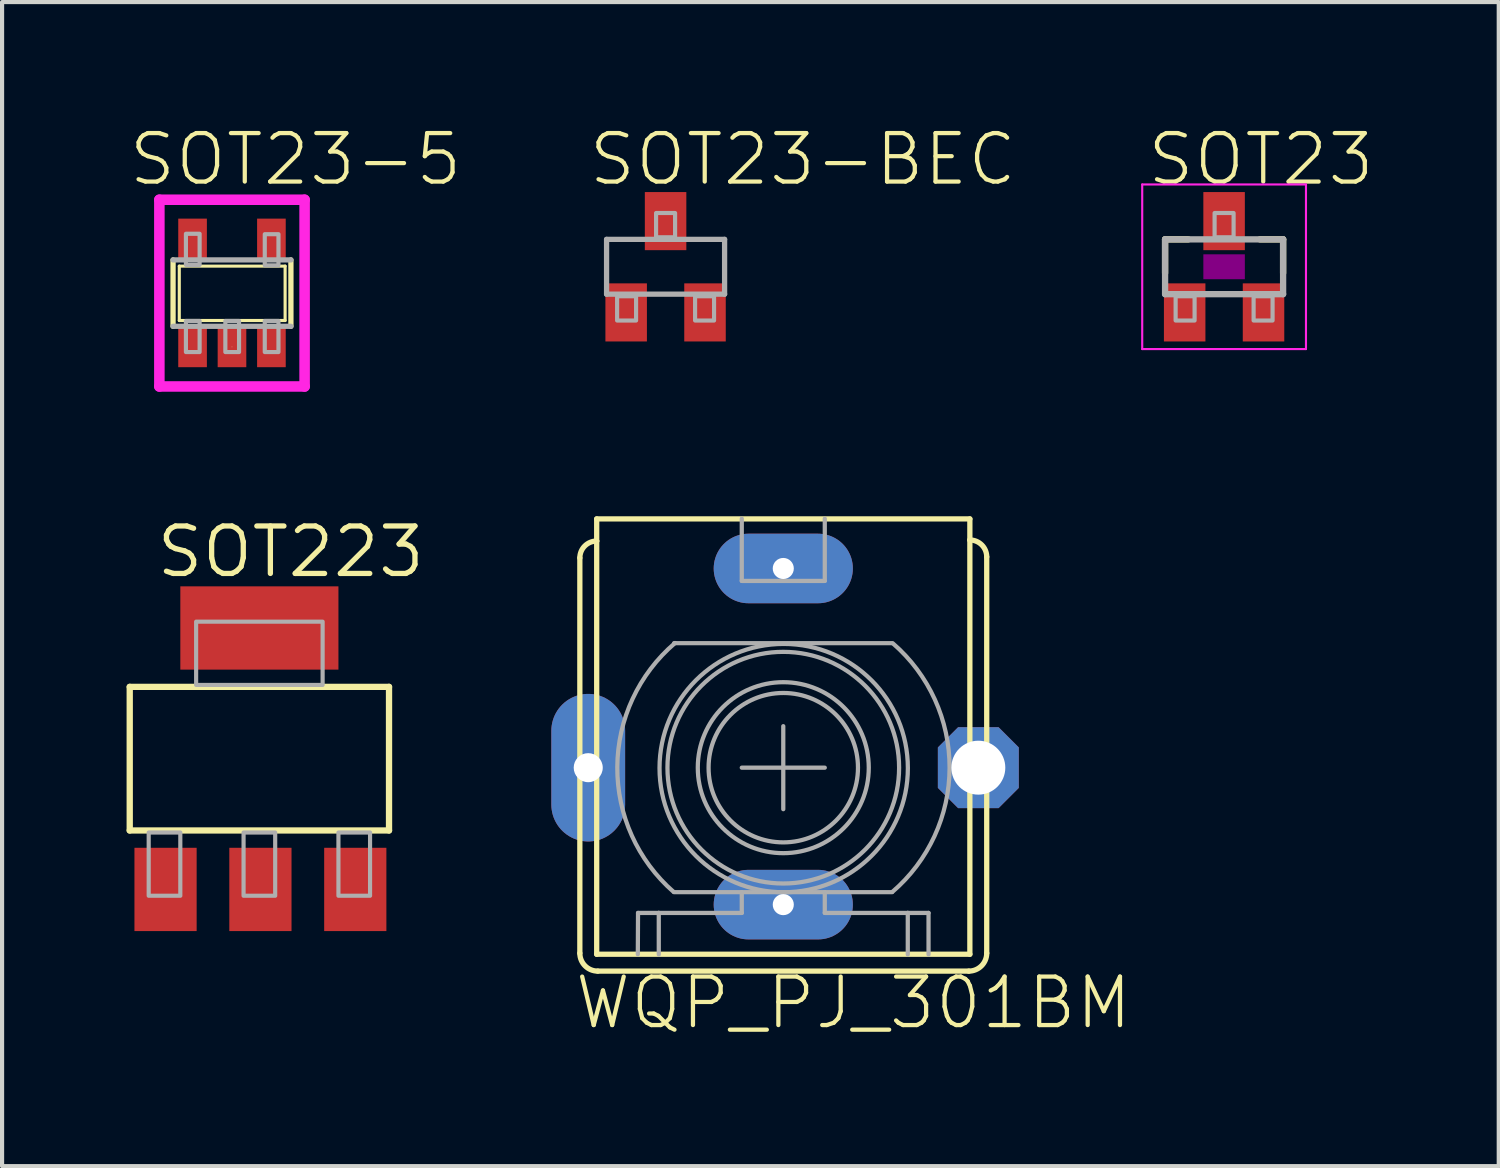
<source format=kicad_pcb>
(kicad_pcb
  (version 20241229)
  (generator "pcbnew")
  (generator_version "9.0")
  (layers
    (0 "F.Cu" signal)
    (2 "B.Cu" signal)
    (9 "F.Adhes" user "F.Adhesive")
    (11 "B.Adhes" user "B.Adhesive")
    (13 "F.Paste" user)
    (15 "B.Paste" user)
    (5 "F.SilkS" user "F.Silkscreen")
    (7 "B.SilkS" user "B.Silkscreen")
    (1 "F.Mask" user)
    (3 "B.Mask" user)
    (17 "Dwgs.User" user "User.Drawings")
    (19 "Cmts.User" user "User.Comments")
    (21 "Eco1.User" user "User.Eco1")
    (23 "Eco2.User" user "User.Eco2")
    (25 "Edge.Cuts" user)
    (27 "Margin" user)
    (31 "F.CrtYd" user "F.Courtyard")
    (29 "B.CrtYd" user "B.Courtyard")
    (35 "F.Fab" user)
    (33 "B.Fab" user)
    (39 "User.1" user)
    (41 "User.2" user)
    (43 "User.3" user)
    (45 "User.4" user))
  (footprint "SOT23"
    (layer "F.Cu")
    (at 26.446 3.378)
    (property "Reference" "SOT23" (at -1.905 -1.905 0) (layer "F.SilkS") (effects (font (size 1.168 1.168) (thickness 0.102)) (justify left bottom)))
    (fp_line (start -1.422 -0.66) (end -0.864 -0.66) (stroke (width 0.152) (type solid)) (layer "F.SilkS"))
    (fp_line (start -1.422 0.152) (end -1.422 -0.66) (stroke (width 0.152) (type solid)) (layer "F.SilkS"))
    (fp_line (start 0.864 -0.66) (end 1.422 -0.66) (stroke (width 0.152) (type solid)) (layer "F.SilkS"))
    (fp_line (start 1.422 -0.66) (end 1.422 0.152) (stroke (width 0.152) (type solid)) (layer "F.SilkS"))
    (fp_poly (pts (xy -0.5 0.3) (xy 0.5 0.3) (xy 0.5 -0.3) (xy -0.5 -0.3)) (stroke (width 0) (type solid)) (fill yes) (layer "F.Adhes"))
    (fp_line (start -1.973 -1.983) (end 1.973 -1.983) (stroke (width 0.051) (type solid)) (layer "F.CrtYd"))
    (fp_line (start -1.973 1.983) (end -1.973 -1.983) (stroke (width 0.051) (type solid)) (layer "F.CrtYd"))
    (fp_line (start 1.973 -1.983) (end 1.973 1.983) (stroke (width 0.051) (type solid)) (layer "F.CrtYd"))
    (fp_line (start 1.973 1.983) (end -1.973 1.983) (stroke (width 0.051) (type solid)) (layer "F.CrtYd"))
    (fp_line (start -1.422 -0.66) (end 1.422 -0.66) (stroke (width 0.152) (type solid)) (layer "F.Fab"))
    (fp_line (start -1.422 0.66) (end -1.422 -0.66) (stroke (width 0.152) (type solid)) (layer "F.Fab"))
    (fp_line (start 1.422 -0.66) (end 1.422 0.66) (stroke (width 0.152) (type solid)) (layer "F.Fab"))
    (fp_line (start 1.422 0.66) (end -1.422 0.66) (stroke (width 0.152) (type solid)) (layer "F.Fab"))
    (fp_poly (pts (xy -1.168 1.295) (xy -0.711 1.295) (xy -0.711 0.711) (xy -1.168 0.711)) (stroke (width 0.1) (type solid)) (fill no) (layer "F.Fab"))
    (fp_poly (pts (xy -0.229 -0.711) (xy 0.229 -0.711) (xy 0.229 -1.295) (xy -0.229 -1.295)) (stroke (width 0.1) (type solid)) (fill no) (layer "F.Fab"))
    (fp_poly (pts (xy 0.711 1.295) (xy 1.168 1.295) (xy 1.168 0.711) (xy 0.711 0.711)) (stroke (width 0.1) (type solid)) (fill no) (layer "F.Fab"))
    (pad "1" smd rect (at -0.95 1.1) (size 1 1.4) (layers "F.Cu" "F.Mask" "F.Paste"))
    (pad "2" smd rect (at 0.95 1.1) (size 1 1.4) (layers "F.Cu" "F.Mask" "F.Paste"))
    (pad "3" smd rect (at 0 -1.1) (size 1 1.4) (layers "F.Cu" "F.Mask" "F.Paste")))
  (footprint "SOT23-BEC"
    (layer "F.Cu")
    (at 12.988 3.378)
    (property "Reference" "SOT23-BEC" (at -1.905 -1.905 0) (layer "F.SilkS") (effects (font (size 1.168 1.168) (thickness 0.102)) (justify left bottom)))
    (fp_line (start -1.422 -0.66) (end 1.422 -0.66) (stroke (width 0.127) (type solid)) (layer "F.Fab"))
    (fp_line (start -1.422 0.66) (end -1.422 -0.66) (stroke (width 0.127) (type solid)) (layer "F.Fab"))
    (fp_line (start 1.422 -0.66) (end 1.422 0.66) (stroke (width 0.127) (type solid)) (layer "F.Fab"))
    (fp_line (start 1.422 0.66) (end -1.422 0.66) (stroke (width 0.127) (type solid)) (layer "F.Fab"))
    (fp_poly (pts (xy -1.168 1.295) (xy -0.711 1.295) (xy -0.711 0.711) (xy -1.168 0.711)) (stroke (width 0.1) (type solid)) (fill no) (layer "F.Fab"))
    (fp_poly (pts (xy -0.229 -0.711) (xy 0.229 -0.711) (xy 0.229 -1.295) (xy -0.229 -1.295)) (stroke (width 0.1) (type solid)) (fill no) (layer "F.Fab"))
    (fp_poly (pts (xy 0.711 1.295) (xy 1.168 1.295) (xy 1.168 0.711) (xy 0.711 0.711)) (stroke (width 0.1) (type solid)) (fill no) (layer "F.Fab"))
    (pad "B" smd rect (at -0.95 1.1) (size 1 1.4) (layers "F.Cu" "F.Mask" "F.Paste"))
    (pad "C" smd rect (at 0 -1.1) (size 1 1.4) (layers "F.Cu" "F.Mask" "F.Paste"))
    (pad "E" smd rect (at 0.95 1.1) (size 1 1.4) (layers "F.Cu" "F.Mask" "F.Paste")))
  (footprint "SOT223"
    (layer "F.Cu")
    (at 3.2 15.232)
    (property "Reference" "SOT223" (at -2.54 -4.318 0) (layer "F.SilkS") (effects (font (size 1.143 1.143) (thickness 0.127)) (justify left bottom)))
    (fp_line (start -3.124 -1.731) (end -3.124 1.729) (stroke (width 0.152) (type solid)) (layer "F.SilkS"))
    (fp_line (start -3.124 -1.731) (end 3.124 -1.731) (stroke (width 0.152) (type solid)) (layer "F.SilkS"))
    (fp_line (start 3.124 1.729) (end -3.124 1.729) (stroke (width 0.152) (type solid)) (layer "F.SilkS"))
    (fp_line (start 3.124 1.729) (end 3.124 -1.731) (stroke (width 0.152) (type solid)) (layer "F.SilkS"))
    (fp_poly (pts (xy -2.667 3.302) (xy -1.905 3.302) (xy -1.905 1.778) (xy -2.667 1.778)) (stroke (width 0.1) (type solid)) (fill no) (layer "F.Fab"))
    (fp_poly (pts (xy -1.524 -1.778) (xy 1.524 -1.778) (xy 1.524 -3.302) (xy -1.524 -3.302)) (stroke (width 0.1) (type solid)) (fill no) (layer "F.Fab"))
    (fp_poly (pts (xy -0.381 3.302) (xy 0.381 3.302) (xy 0.381 1.778) (xy -0.381 1.778)) (stroke (width 0.1) (type solid)) (fill no) (layer "F.Fab"))
    (fp_poly (pts (xy 1.905 3.302) (xy 2.667 3.302) (xy 2.667 1.778) (xy 1.905 1.778)) (stroke (width 0.1) (type solid)) (fill no) (layer "F.Fab"))
    (pad "1" smd rect (at -2.261 3.15) (size 1.499 2.007) (layers "F.Cu" "F.Mask" "F.Paste"))
    (pad "2" smd rect (at 0.025 3.15) (size 1.499 2.007) (layers "F.Cu" "F.Mask" "F.Paste"))
    (pad "3" smd rect (at 2.311 3.15) (size 1.499 2.007) (layers "F.Cu" "F.Mask" "F.Paste"))
    (pad "4" smd rect (at 0 -3.15) (size 3.81 2.007) (layers "F.Cu" "F.Mask" "F.Paste")))
  (footprint "SOT23-5"
    (layer "F.Cu")
    (at 2.54 4.013)
    (property "Reference" "SOT23-5" (at -2.54 -2.54 0) (layer "F.SilkS") (effects (font (size 1.168 1.168) (thickness 0.102)) (justify left bottom)))
    (fp_line (start -1.42 0.8) (end -1.42 -0.8) (stroke (width 0.127) (type solid)) (layer "F.SilkS"))
    (fp_line (start -1.27 -0.65) (end 1.28 -0.65) (stroke (width 0.075) (type solid)) (layer "F.SilkS"))
    (fp_line (start -1.27 0.66) (end -1.27 -0.65) (stroke (width 0.075) (type solid)) (layer "F.SilkS"))
    (fp_line (start 0 1.29) (end 0 1.3) (stroke (width 0.01) (type solid)) (layer "F.SilkS"))
    (fp_line (start 1.28 -0.65) (end 1.28 0.66) (stroke (width 0.075) (type solid)) (layer "F.SilkS"))
    (fp_line (start 1.28 0.66) (end -1.27 0.66) (stroke (width 0.075) (type solid)) (layer "F.SilkS"))
    (fp_line (start 1.42 -0.8) (end 1.42 0.8) (stroke (width 0.127) (type solid)) (layer "F.SilkS"))
    (fp_line (start -1.75 -2.25) (end 1.75 -2.25) (stroke (width 0.254) (type solid)) (layer "F.CrtYd"))
    (fp_line (start -1.75 2.25) (end -1.75 -2.25) (stroke (width 0.254) (type solid)) (layer "F.CrtYd"))
    (fp_line (start 1.75 -2.25) (end 1.75 2.25) (stroke (width 0.254) (type solid)) (layer "F.CrtYd"))
    (fp_line (start 1.75 2.25) (end -1.75 2.25) (stroke (width 0.254) (type solid)) (layer "F.CrtYd"))
    (fp_line (start -1.42 -0.8) (end 1.42 -0.8) (stroke (width 0.127) (type solid)) (layer "F.Fab"))
    (fp_line (start 1.42 0.8) (end -1.42 0.8) (stroke (width 0.127) (type solid)) (layer "F.Fab"))
    (fp_poly (pts (xy -1.11 -0.68) (xy -0.78 -0.68) (xy -0.78 -1.43) (xy -1.11 -1.43)) (stroke (width 0.1) (type solid)) (fill no) (layer "F.Fab"))
    (fp_poly (pts (xy -1.11 1.42) (xy -0.78 1.42) (xy -0.78 0.67) (xy -1.11 0.67)) (stroke (width 0.1) (type solid)) (fill no) (layer "F.Fab"))
    (fp_poly (pts (xy -0.16 1.42) (xy 0.17 1.42) (xy 0.17 0.67) (xy -0.16 0.67)) (stroke (width 0.1) (type solid)) (fill no) (layer "F.Fab"))
    (fp_poly (pts (xy 0.79 -0.67) (xy 1.12 -0.67) (xy 1.12 -1.42) (xy 0.79 -1.42)) (stroke (width 0.1) (type solid)) (fill no) (layer "F.Fab"))
    (fp_poly (pts (xy 0.79 1.42) (xy 1.12 1.42) (xy 1.12 0.67) (xy 0.79 0.67)) (stroke (width 0.1) (type solid)) (fill no) (layer "F.Fab"))
    (pad "1" smd rect (at -0.95 1.29) (size 0.69 0.99) (layers "F.Cu" "F.Mask" "F.Paste"))
    (pad "2" smd rect (at 0 1.29) (size 0.69 0.99) (layers "F.Cu" "F.Mask" "F.Paste"))
    (pad "3" smd rect (at 0.95 1.29) (size 0.69 0.99) (layers "F.Cu" "F.Mask" "F.Paste"))
    (pad "4" smd rect (at 0.95 -1.3) (size 0.69 0.99) (layers "F.Cu" "F.Mask" "F.Paste"))
    (pad "5" smd rect (at -0.95 -1.3) (size 0.69 0.99) (layers "F.Cu" "F.Mask" "F.Paste")))
  (footprint "WQP_PJ_301BM"
    (layer "F.Cu")
    (at 15.824 15.448)
    (property "Reference" "WQP_PJ_301BM" (at -5.08 6.35 0) (layer "F.SilkS") (effects (font (size 1.168 1.168) (thickness 0.102)) (justify left bottom)))
    (fp_line (start -4.902 4.47) (end -4.902 -5.055) (stroke (width 0.127) (type solid)) (layer "F.SilkS"))
    (fp_line (start -4.496 -5.994) (end 4.496 -5.994) (stroke (width 0.127) (type solid)) (layer "F.SilkS"))
    (fp_line (start -4.496 -5.461) (end -4.496 -5.994) (stroke (width 0.127) (type solid)) (layer "F.SilkS"))
    (fp_line (start -4.496 4.496) (end -4.496 -5.461) (stroke (width 0.127) (type solid)) (layer "F.SilkS"))
    (fp_line (start 4.47 4.902) (end -4.47 4.902) (stroke (width 0.127) (type solid)) (layer "F.SilkS"))
    (fp_line (start 4.496 -5.994) (end 4.496 -5.486) (stroke (width 0.127) (type solid)) (layer "F.SilkS"))
    (fp_line (start 4.496 -5.486) (end 4.496 4.496) (stroke (width 0.127) (type solid)) (layer "F.SilkS"))
    (fp_line (start 4.496 4.496) (end -4.496 4.496) (stroke (width 0.127) (type solid)) (layer "F.SilkS"))
    (fp_line (start 4.902 -5.08) (end 4.902 4.47) (stroke (width 0.127) (type solid)) (layer "F.SilkS"))
    (fp_arc (start -4.9022 -5.0546) (mid -4.783168 -5.341968) (end -4.4958 -5.461) (stroke (width 0.127) (type solid)) (layer "F.SilkS"))
    (fp_arc (start -4.4704 4.9022) (mid -4.775729 4.775729) (end -4.9022 4.4704) (stroke (width 0.127) (type solid)) (layer "F.SilkS"))
    (fp_arc (start 4.4958 -5.4864) (mid 4.783168 -5.367368) (end 4.9022 -5.08) (stroke (width 0.127) (type solid)) (layer "F.SilkS"))
    (fp_arc (start 4.9022 4.4704) (mid 4.775729 4.775729) (end 4.4704 4.9022) (stroke (width 0.127) (type solid)) (layer "F.SilkS"))
    (fp_line (start -3.505 4.496) (end -3.5 3.5) (stroke (width 0.102) (type solid)) (layer "F.Fab"))
    (fp_line (start -3.5 3.5) (end -3 3.5) (stroke (width 0.102) (type solid)) (layer "F.Fab"))
    (fp_line (start -3 3.5) (end -3 4.5) (stroke (width 0.102) (type solid)) (layer "F.Fab"))
    (fp_line (start -3 3.5) (end -1 3.5) (stroke (width 0.102) (type solid)) (layer "F.Fab"))
    (fp_line (start -2.631 -3) (end 2.62 -3) (stroke (width 0.102) (type solid)) (layer "F.Fab"))
    (fp_line (start -2.631 3) (end 2.62 3) (stroke (width 0.102) (type solid)) (layer "F.Fab"))
    (fp_line (start -1 -4.5) (end -1 -6) (stroke (width 0.102) (type solid)) (layer "F.Fab"))
    (fp_line (start -1 0) (end 1 0) (stroke (width 0.102) (type solid)) (layer "F.Fab"))
    (fp_line (start -1 3.5) (end -1 3) (stroke (width 0.102) (type solid)) (layer "F.Fab"))
    (fp_line (start 0 -1) (end 0 1) (stroke (width 0.102) (type solid)) (layer "F.Fab"))
    (fp_line (start 1 -6) (end 1 -4.5) (stroke (width 0.102) (type solid)) (layer "F.Fab"))
    (fp_line (start 1 -4.5) (end -1 -4.5) (stroke (width 0.102) (type solid)) (layer "F.Fab"))
    (fp_line (start 1 3) (end 1 3.5) (stroke (width 0.102) (type solid)) (layer "F.Fab"))
    (fp_line (start 1 3.5) (end 3 3.5) (stroke (width 0.102) (type solid)) (layer "F.Fab"))
    (fp_line (start 3 3.5) (end 3 4.5) (stroke (width 0.102) (type solid)) (layer "F.Fab"))
    (fp_line (start 3 3.5) (end 3.5 3.5) (stroke (width 0.102) (type solid)) (layer "F.Fab"))
    (fp_line (start 3.5 3.5) (end 3.5 4.5) (stroke (width 0.102) (type solid)) (layer "F.Fab"))
    (fp_arc (start -2.641998 2.994) (mid -3.999529 -0.012791) (end -2.608 -3.004) (stroke (width 0.1016) (type solid)) (layer "F.Fab"))
    (fp_arc (start 2.642 -2.994) (mid 4.007235 0.003208) (end 2.628 2.994) (stroke (width 0.1016) (type solid)) (layer "F.Fab"))
    (fp_circle (center 0 0) (end 1.8 0) (stroke (width 0.102) (type solid)) (fill no) (layer "F.Fab"))
    (fp_circle (center 0 0) (end 2.06 0) (stroke (width 0.102) (type solid)) (fill no) (layer "F.Fab"))
    (fp_circle (center 0 0) (end 2.791 0) (stroke (width 0.102) (type solid)) (fill no) (layer "F.Fab"))
    (fp_circle (center 0.01 0.01) (end 3.002 0.01) (stroke (width 0.102) (type solid)) (fill no) (layer "F.Fab"))
    (pad "GND" thru_hole oval (at -4.7 0 90) (size 3.556 1.778) (drill 0.7) (layers "*.Cu" "*.Mask"))
    (pad "GND2" thru_hole roundrect (at 4.7 0) (size 1.95 1.95) (drill 1.3) (layers "*.Cu" "*.Mask") (roundrect_rratio 0.25) (chamfer_ratio 0.25) (chamfer top_left top_right bottom_left bottom_right))
    (pad "SW" thru_hole oval (at 0 3.3) (size 3.353 1.676) (drill 0.508) (layers "*.Cu" "*.Mask"))
    (pad "TIP" thru_hole oval (at 0 -4.8) (size 3.353 1.676) (drill 0.508) (layers "*.Cu" "*.Mask")))
  (gr_rect
    (start -3 -3)
    (end 33.064 25.049)
    (stroke (width 0.1) (type default))
    (fill no)
    (layer "Edge.Cuts")))
</source>
